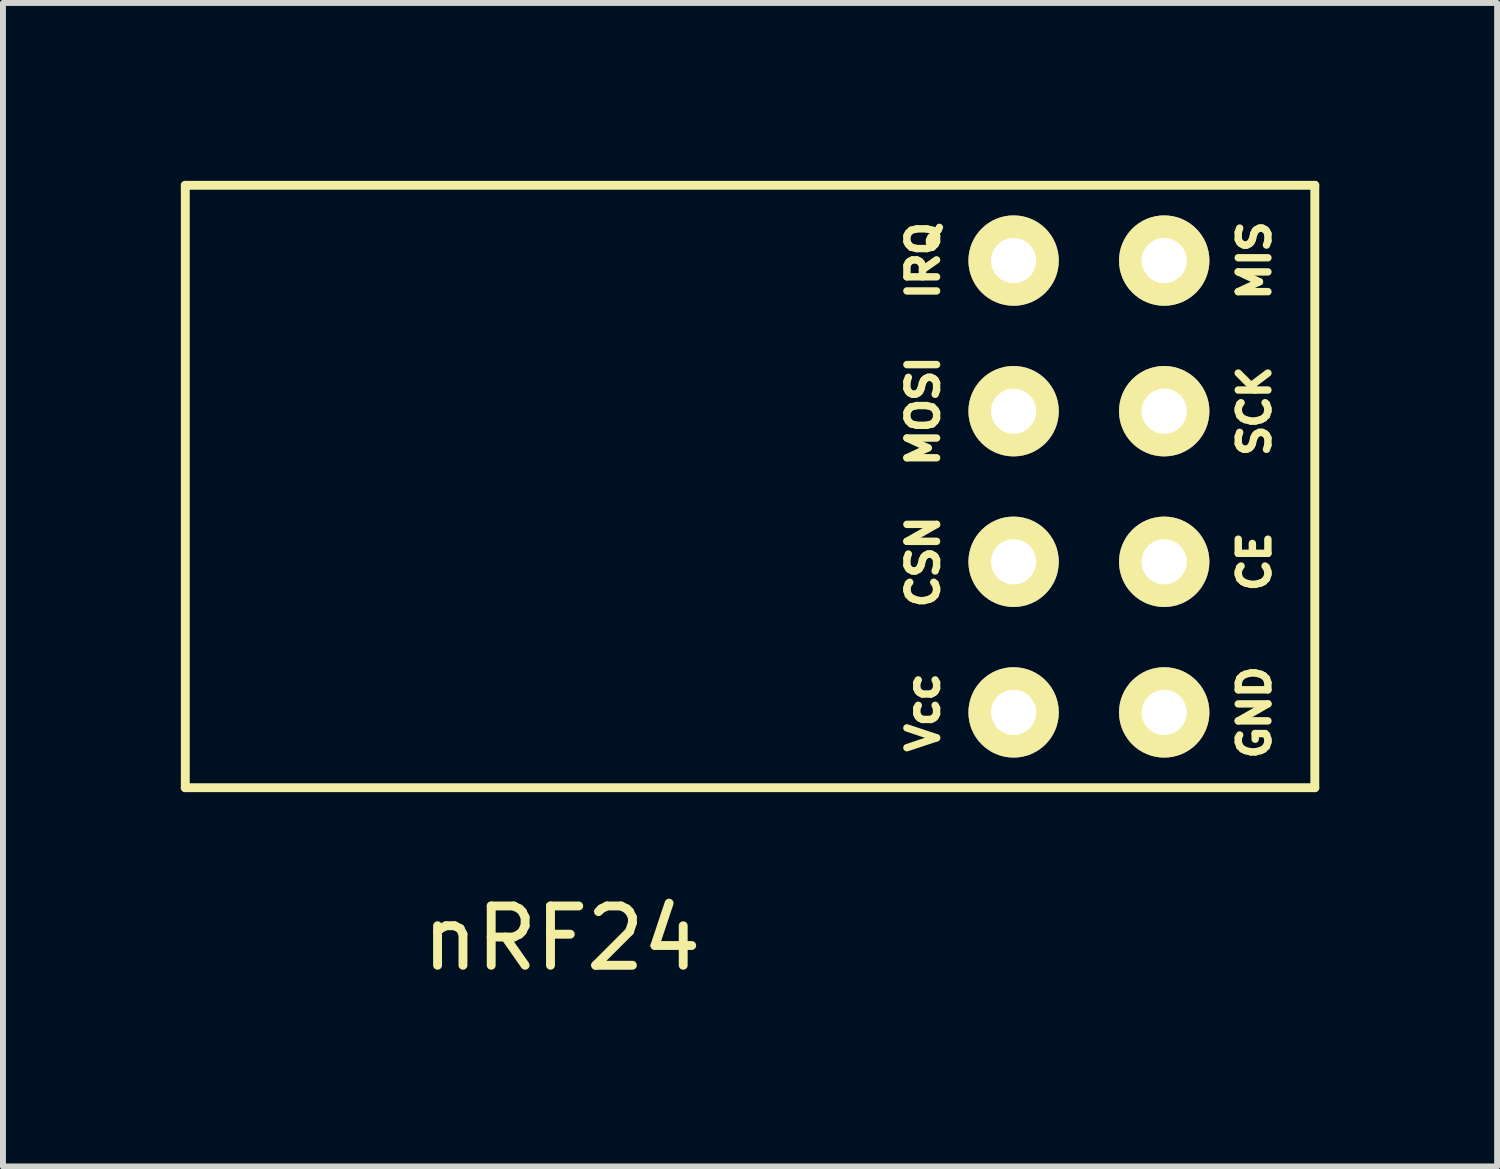
<source format=kicad_pcb>
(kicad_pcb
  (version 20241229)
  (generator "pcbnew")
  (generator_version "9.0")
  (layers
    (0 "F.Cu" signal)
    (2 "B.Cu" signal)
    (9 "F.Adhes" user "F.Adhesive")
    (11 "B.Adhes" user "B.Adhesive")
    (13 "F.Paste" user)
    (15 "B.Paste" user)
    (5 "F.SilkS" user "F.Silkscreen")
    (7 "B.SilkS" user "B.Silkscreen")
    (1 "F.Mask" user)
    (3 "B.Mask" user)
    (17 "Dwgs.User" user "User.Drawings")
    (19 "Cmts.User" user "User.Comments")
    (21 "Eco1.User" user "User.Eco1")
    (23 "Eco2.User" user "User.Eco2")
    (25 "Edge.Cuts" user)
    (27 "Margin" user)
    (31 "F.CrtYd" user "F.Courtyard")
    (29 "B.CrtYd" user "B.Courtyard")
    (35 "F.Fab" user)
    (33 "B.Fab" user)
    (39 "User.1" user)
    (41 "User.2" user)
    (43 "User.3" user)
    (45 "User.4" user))
  (footprint "nRF24"
    (layer "F.Cu")
    (at 6.425 8.965)
    (property "Reference" "nRF24" (at 0 3.81 0) (layer "F.SilkS") (effects (font (size 1 1) (thickness 0.15))))
    (attr through_hole)
    (fp_line (start -6.35 1.27) (end -6.35 -8.89) (stroke (width 0.15) (type solid)) (layer "F.SilkS"))
    (fp_line (start 12.7 -8.89) (end -6.35 -8.89) (stroke (width 0.15) (type solid)) (layer "F.SilkS"))
    (fp_line (start 12.7 -8.89) (end 12.7 1.27) (stroke (width 0.15) (type solid)) (layer "F.SilkS"))
    (fp_line (start 12.7 1.27) (end -6.35 1.27) (stroke (width 0.15) (type solid)) (layer "F.SilkS"))
    (fp_text user "MIS" (at 11.684 -7.62 90) (layer "F.SilkS") (effects (font (size 0.5 0.5) (thickness 0.125))))
    (fp_text user "CE" (at 11.684 -2.54 90) (layer "F.SilkS") (effects (font (size 0.5 0.5) (thickness 0.125))))
    (fp_text user "SCK" (at 11.684 -5.08 90) (layer "F.SilkS") (effects (font (size 0.5 0.5) (thickness 0.125))))
    (fp_text user "CSN" (at 6.096 -2.54 90) (layer "F.SilkS") (effects (font (size 0.5 0.5) (thickness 0.125))))
    (fp_text user "Vcc" (at 6.096 0 90) (layer "F.SilkS") (effects (font (size 0.5 0.5) (thickness 0.125))))
    (fp_text user "IRQ" (at 6.096 -7.62 90) (layer "F.SilkS") (effects (font (size 0.5 0.5) (thickness 0.125))))
    (fp_text user "MOSI" (at 6.096 -5.08 90) (layer "F.SilkS") (effects (font (size 0.5 0.5) (thickness 0.125))))
    (fp_text user "GND" (at 11.684 0 90) (layer "F.SilkS") (effects (font (size 0.5 0.5) (thickness 0.125))))
    (pad "0" thru_hole circle (at 10.16 0) (size 1.524 1.524) (drill 0.762) (layers "*.Cu" "*.Mask" "F.SilkS"))
    (pad "1" thru_hole circle (at 10.16 -2.54) (size 1.524 1.524) (drill 0.762) (layers "*.Cu" "*.Mask" "F.SilkS"))
    (pad "2" thru_hole circle (at 10.16 -5.08) (size 1.524 1.524) (drill 0.762) (layers "*.Cu" "*.Mask" "F.SilkS"))
    (pad "3" thru_hole circle (at 10.16 -7.62) (size 1.524 1.524) (drill 0.762) (layers "*.Cu" "*.Mask" "F.SilkS"))
    (pad "4" thru_hole circle (at 7.62 -7.62) (size 1.524 1.524) (drill 0.762) (layers "*.Cu" "*.Mask" "F.SilkS"))
    (pad "5" thru_hole circle (at 7.62 -5.08) (size 1.524 1.524) (drill 0.762) (layers "*.Cu" "*.Mask" "F.SilkS"))
    (pad "6" thru_hole circle (at 7.62 -2.54) (size 1.524 1.524) (drill 0.762) (layers "*.Cu" "*.Mask" "F.SilkS"))
    (pad "7" thru_hole circle (at 7.62 0) (size 1.524 1.524) (drill 0.762) (layers "*.Cu" "*.Mask" "F.SilkS")))
  (gr_rect
    (start -3 -3)
    (end 22.2 16.623)
    (stroke (width 0.1) (type default))
    (fill no)
    (layer "Edge.Cuts")))
</source>
